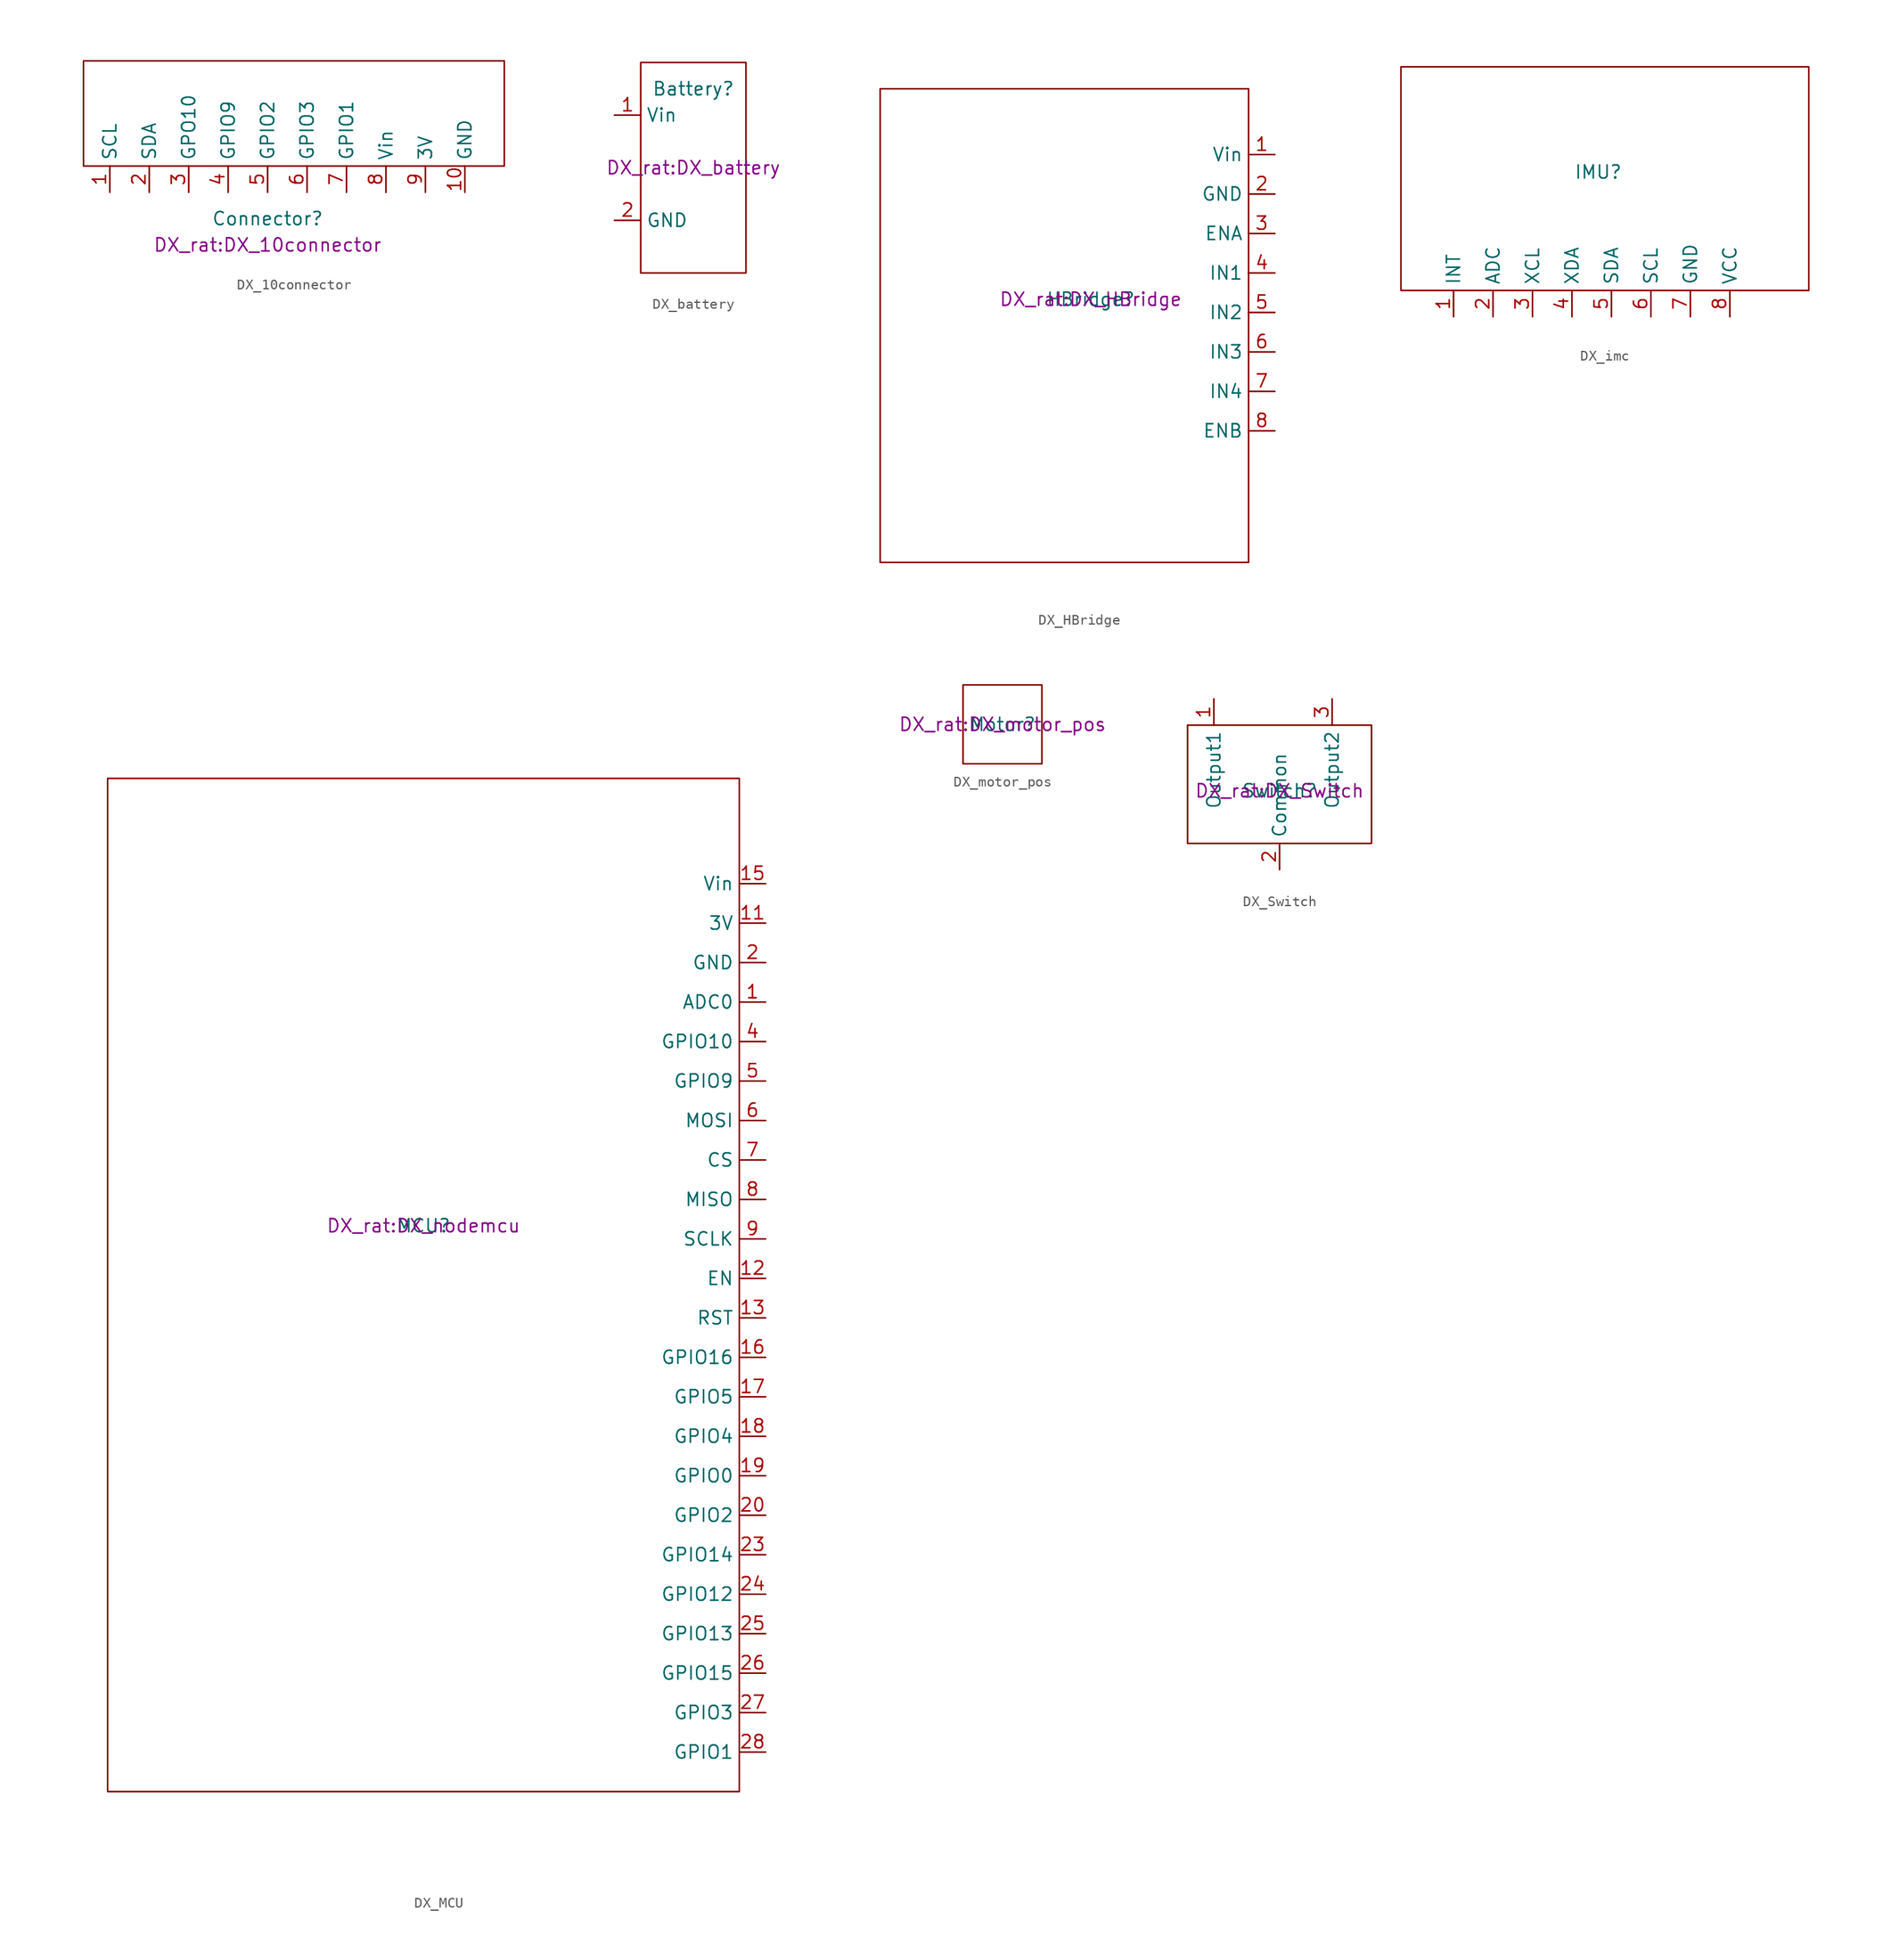
<source format=kicad_sym>
(kicad_symbol_lib
  (version 20220914)
  (generator kicad_symbol_editor)
  (symbol "DX_10connector"
    (property "Reference" "Connector"
      (at 0 0 0)
      (effects (font (size 1.27 1.27))))
    (property "Value" ""
      (at 0 0 0)
      (effects (font (size 1.27 1.27))))
    (property "Footprint" "DX_rat:DX_10connector"
      (at 0 -2.54 0)
      (effects (font (size 1.27 1.27))))
    (symbol "DX_10connector_0_1"
      (rectangle (start -17.78 15.24) (end 22.86 5.08) (stroke (width 0) (type default)) (fill (type none))))
    (symbol "DX_10connector_1_1"
      (pin bidirectional line (at -15.24 2.54 90) (length 2.54) (name "SCL" (effects (font (size 1.27 1.27)))) (number "1" (effects (font (size 1.27 1.27)))))
      (pin bidirectional line (at 19.05 2.54 90) (length 2.54) (name "GND" (effects (font (size 1.27 1.27)))) (number "10" (effects (font (size 1.27 1.27)))))
      (pin bidirectional line (at -11.43 2.54 90) (length 2.54) (name "SDA" (effects (font (size 1.27 1.27)))) (number "2" (effects (font (size 1.27 1.27)))))
      (pin bidirectional line (at -7.62 2.54 90) (length 2.54) (name "GPO10" (effects (font (size 1.27 1.27)))) (number "3" (effects (font (size 1.27 1.27)))))
      (pin bidirectional line (at -3.81 2.54 90) (length 2.54) (name "GPIO9" (effects (font (size 1.27 1.27)))) (number "4" (effects (font (size 1.27 1.27)))))
      (pin bidirectional line (at 0 2.54 90) (length 2.54) (name "GPIO2" (effects (font (size 1.27 1.27)))) (number "5" (effects (font (size 1.27 1.27)))))
      (pin bidirectional line (at 3.81 2.54 90) (length 2.54) (name "GPIO3" (effects (font (size 1.27 1.27)))) (number "6" (effects (font (size 1.27 1.27)))))
      (pin bidirectional line (at 7.62 2.54 90) (length 2.54) (name "GPIO1" (effects (font (size 1.27 1.27)))) (number "7" (effects (font (size 1.27 1.27)))))
      (pin bidirectional line (at 11.43 2.54 90) (length 2.54) (name "Vin" (effects (font (size 1.27 1.27)))) (number "8" (effects (font (size 1.27 1.27)))))
      (pin bidirectional line (at 15.24 2.54 90) (length 2.54) (name "3V" (effects (font (size 1.27 1.27)))) (number "9" (effects (font (size 1.27 1.27)))))))
  (symbol "DX_battery"
    (property "Reference" "Battery"
      (at 0 7.62 0)
      (effects (font (size 1.27 1.27))))
    (property "Value" ""
      (at 0 0 0)
      (effects (font (size 1.27 1.27))))
    (property "Footprint" "DX_rat:DX_battery"
      (at 0 0 0)
      (effects (font (size 1.27 1.27))))
    (symbol "DX_battery_0_1"
      (rectangle (start -5.08 10.16) (end 5.08 -10.16) (stroke (width 0) (type default)) (fill (type none))))
    (symbol "DX_battery_1_1"
      (pin output line (at -7.62 5.08 0) (length 2.54) (name "Vin" (effects (font (size 1.27 1.27)))) (number "1" (effects (font (size 1.27 1.27)))))
      (pin output line (at -7.62 -5.08 0) (length 2.54) (name "GND" (effects (font (size 1.27 1.27)))) (number "2" (effects (font (size 1.27 1.27)))))))
  (symbol "DX_HBridge"
    (property "Reference" "HBridge"
      (at 0 0 0)
      (effects (font (size 1.27 1.27))))
    (property "Value" ""
      (at 0 0 0)
      (effects (font (size 1.27 1.27))))
    (property "Footprint" "DX_rat:DX_HBridge"
      (at 0 0 0)
      (effects (font (size 1.27 1.27))))
    (symbol "DX_HBridge_0_1"
      (rectangle (start -20.32 20.32) (end 15.24 -25.4) (stroke (width 0) (type default)) (fill (type none))))
    (symbol "DX_HBridge_1_1"
      (pin input line (at 17.78 13.97 180) (length 2.54) (name "Vin" (effects (font (size 1.27 1.27)))) (number "1" (effects (font (size 1.27 1.27)))))
      (pin input line (at 17.78 10.16 180) (length 2.54) (name "GND" (effects (font (size 1.27 1.27)))) (number "2" (effects (font (size 1.27 1.27)))))
      (pin input line (at 17.78 6.35 180) (length 2.54) (name "ENA" (effects (font (size 1.27 1.27)))) (number "3" (effects (font (size 1.27 1.27)))))
      (pin input line (at 17.78 2.54 180) (length 2.54) (name "IN1" (effects (font (size 1.27 1.27)))) (number "4" (effects (font (size 1.27 1.27)))))
      (pin input line (at 17.78 -1.27 180) (length 2.54) (name "IN2" (effects (font (size 1.27 1.27)))) (number "5" (effects (font (size 1.27 1.27)))))
      (pin input line (at 17.78 -5.08 180) (length 2.54) (name "IN3" (effects (font (size 1.27 1.27)))) (number "6" (effects (font (size 1.27 1.27)))))
      (pin input line (at 17.78 -8.89 180) (length 2.54) (name "IN4" (effects (font (size 1.27 1.27)))) (number "7" (effects (font (size 1.27 1.27)))))
      (pin input line (at 17.78 -12.7 180) (length 2.54) (name "ENB" (effects (font (size 1.27 1.27)))) (number "8" (effects (font (size 1.27 1.27)))))))
  (symbol "DX_imc"
    (property "Reference" "IMU"
      (at 0 0 0)
      (effects (font (size 1.27 1.27))))
    (property "Value" ""
      (at 0 0 0)
      (effects (font (size 1.27 1.27))))
    (symbol "DX_imc_0_1"
      (rectangle (start -19.05 10.16) (end 20.32 -11.43) (stroke (width 0) (type default)) (fill (type none))))
    (symbol "DX_imc_1_1"
      (pin bidirectional line (at -13.97 -13.97 90) (length 2.54) (name "INT" (effects (font (size 1.27 1.27)))) (number "1" (effects (font (size 1.27 1.27)))))
      (pin bidirectional line (at -10.16 -13.97 90) (length 2.54) (name "ADC" (effects (font (size 1.27 1.27)))) (number "2" (effects (font (size 1.27 1.27)))))
      (pin bidirectional line (at -6.35 -13.97 90) (length 2.54) (name "XCL" (effects (font (size 1.27 1.27)))) (number "3" (effects (font (size 1.27 1.27)))))
      (pin bidirectional line (at -2.54 -13.97 90) (length 2.54) (name "XDA" (effects (font (size 1.27 1.27)))) (number "4" (effects (font (size 1.27 1.27)))))
      (pin bidirectional line (at 1.27 -13.97 90) (length 2.54) (name "SDA" (effects (font (size 1.27 1.27)))) (number "5" (effects (font (size 1.27 1.27)))))
      (pin bidirectional line (at 5.08 -13.97 90) (length 2.54) (name "SCL" (effects (font (size 1.27 1.27)))) (number "6" (effects (font (size 1.27 1.27)))))
      (pin bidirectional line (at 8.89 -13.97 90) (length 2.54) (name "GND" (effects (font (size 1.27 1.27)))) (number "7" (effects (font (size 1.27 1.27)))))
      (pin bidirectional line (at 12.7 -13.97 90) (length 2.54) (name "VCC" (effects (font (size 1.27 1.27)))) (number "8" (effects (font (size 1.27 1.27)))))))
  (symbol "DX_MCU"
    (property "Reference" "MCU"
      (at 0 0 0)
      (effects (font (size 1.27 1.27))))
    (property "Value" ""
      (at 0 0 0)
      (effects (font (size 1.27 1.27))))
    (property "Footprint" "DX_rat:DX_nodemcu"
      (at 0 0 0)
      (effects (font (size 1.27 1.27))))
    (symbol "DX_MCU_0_1"
      (rectangle (start -30.48 43.18) (end 30.48 -54.61) (stroke (width 0) (type default)) (fill (type none))))
    (symbol "DX_MCU_1_1"
      (pin bidirectional line (at 33.02 21.59 180) (length 2.54) (name "ADC0" (effects (font (size 1.27 1.27)))) (number "1" (effects (font (size 1.27 1.27)))))
      (pin passive line (at 33.02 25.4 180) (length 2.54) hide (name "GND" (effects (font (size 1.27 1.27)))) (number "10" (effects (font (size 1.27 1.27)))))
      (pin bidirectional line (at 33.02 29.21 180) (length 2.54) (name "3V" (effects (font (size 1.27 1.27)))) (number "11" (effects (font (size 1.27 1.27)))))
      (pin bidirectional line (at 33.02 -5.08 180) (length 2.54) (name "EN" (effects (font (size 1.27 1.27)))) (number "12" (effects (font (size 1.27 1.27)))))
      (pin bidirectional line (at 33.02 -8.89 180) (length 2.54) (name "RST" (effects (font (size 1.27 1.27)))) (number "13" (effects (font (size 1.27 1.27)))))
      (pin passive line (at 33.02 25.4 180) (length 2.54) hide (name "GND" (effects (font (size 1.27 1.27)))) (number "14" (effects (font (size 1.27 1.27)))))
      (pin bidirectional line (at 33.02 33.02 180) (length 2.54) (name "Vin" (effects (font (size 1.27 1.27)))) (number "15" (effects (font (size 1.27 1.27)))))
      (pin bidirectional line (at 33.02 -12.7 180) (length 2.54) (name "GPIO16" (effects (font (size 1.27 1.27)))) (number "16" (effects (font (size 1.27 1.27)))))
      (pin bidirectional line (at 33.02 -16.51 180) (length 2.54) (name "GPIO5" (effects (font (size 1.27 1.27)))) (number "17" (effects (font (size 1.27 1.27)))))
      (pin bidirectional line (at 33.02 -20.32 180) (length 2.54) (name "GPIO4" (effects (font (size 1.27 1.27)))) (number "18" (effects (font (size 1.27 1.27)))))
      (pin bidirectional line (at 33.02 -24.13 180) (length 2.54) (name "GPIO0" (effects (font (size 1.27 1.27)))) (number "19" (effects (font (size 1.27 1.27)))))
      (pin bidirectional line (at 33.02 25.4 180) (length 2.54) (name "GND" (effects (font (size 1.27 1.27)))) (number "2" (effects (font (size 1.27 1.27)))))
      (pin bidirectional line (at 33.02 -27.94 180) (length 2.54) (name "GPIO2" (effects (font (size 1.27 1.27)))) (number "20" (effects (font (size 1.27 1.27)))))
      (pin passive line (at 33.02 29.21 180) (length 2.54) hide (name "3V" (effects (font (size 1.27 1.27)))) (number "21" (effects (font (size 1.27 1.27)))))
      (pin passive line (at 33.02 25.4 180) (length 2.54) hide (name "GND" (effects (font (size 1.27 1.27)))) (number "22" (effects (font (size 1.27 1.27)))))
      (pin bidirectional line (at 33.02 -31.75 180) (length 2.54) (name "GPIO14" (effects (font (size 1.27 1.27)))) (number "23" (effects (font (size 1.27 1.27)))))
      (pin bidirectional line (at 33.02 -35.56 180) (length 2.54) (name "GPIO12" (effects (font (size 1.27 1.27)))) (number "24" (effects (font (size 1.27 1.27)))))
      (pin bidirectional line (at 33.02 -39.37 180) (length 2.54) (name "GPIO13" (effects (font (size 1.27 1.27)))) (number "25" (effects (font (size 1.27 1.27)))))
      (pin bidirectional line (at 33.02 -43.18 180) (length 2.54) (name "GPIO15" (effects (font (size 1.27 1.27)))) (number "26" (effects (font (size 1.27 1.27)))))
      (pin bidirectional line (at 33.02 -46.99 180) (length 2.54) (name "GPIO3" (effects (font (size 1.27 1.27)))) (number "27" (effects (font (size 1.27 1.27)))))
      (pin bidirectional line (at 33.02 -50.8 180) (length 2.54) (name "GPIO1" (effects (font (size 1.27 1.27)))) (number "28" (effects (font (size 1.27 1.27)))))
      (pin passive line (at 33.02 25.4 180) (length 2.54) hide (name "GND" (effects (font (size 1.27 1.27)))) (number "29" (effects (font (size 1.27 1.27)))))
      (pin passive line (at 33.02 29.21 180) (length 2.54) hide (name "3V" (effects (font (size 1.27 1.27)))) (number "30" (effects (font (size 1.27 1.27)))))
      (pin bidirectional line (at 33.02 17.78 180) (length 2.54) (name "GPIO10" (effects (font (size 1.27 1.27)))) (number "4" (effects (font (size 1.27 1.27)))))
      (pin bidirectional line (at 33.02 13.97 180) (length 2.54) (name "GPIO9" (effects (font (size 1.27 1.27)))) (number "5" (effects (font (size 1.27 1.27)))))
      (pin bidirectional line (at 33.02 10.16 180) (length 2.54) (name "MOSI" (effects (font (size 1.27 1.27)))) (number "6" (effects (font (size 1.27 1.27)))))
      (pin bidirectional line (at 33.02 6.35 180) (length 2.54) (name "CS" (effects (font (size 1.27 1.27)))) (number "7" (effects (font (size 1.27 1.27)))))
      (pin bidirectional line (at 33.02 2.54 180) (length 2.54) (name "MISO" (effects (font (size 1.27 1.27)))) (number "8" (effects (font (size 1.27 1.27)))))
      (pin bidirectional line (at 33.02 -1.27 180) (length 2.54) (name "SCLK" (effects (font (size 1.27 1.27)))) (number "9" (effects (font (size 1.27 1.27)))))))
  (symbol "DX_motor_pos"
    (property "Reference" "Motor"
      (at 0 0 0)
      (effects (font (size 1.27 1.27))))
    (property "Value" ""
      (at 0 0 0)
      (effects (font (size 1.27 1.27))))
    (property "Footprint" "DX_rat:DX_motor_pos"
      (at 0 0 0)
      (effects (font (size 1.27 1.27))))
    (symbol "DX_motor_pos_0_1"
      (rectangle (start -3.81 3.81) (end 3.81 -3.81) (stroke (width 0) (type default)) (fill (type none)))))
  (symbol "DX_Switch"
    (property "Reference" "Switch"
      (at 0 0 0)
      (effects (font (size 1.27 1.27))))
    (property "Value" ""
      (at 0 0 0)
      (effects (font (size 1.27 1.27))))
    (property "Footprint" "DX_rat:DX_Switch"
      (at 0 0 0)
      (effects (font (size 1.27 1.27))))
    (symbol "DX_Switch_0_1"
      (rectangle (start -8.89 6.35) (end 8.89 -5.08) (stroke (width 0) (type default)) (fill (type none))))
    (symbol "DX_Switch_1_1"
      (pin bidirectional line (at -6.35 8.89 270) (length 2.54) (name "Output1" (effects (font (size 1.27 1.27)))) (number "1" (effects (font (size 1.27 1.27)))))
      (pin bidirectional line (at 0 -7.62 90) (length 2.54) (name "Common" (effects (font (size 1.27 1.27)))) (number "2" (effects (font (size 1.27 1.27)))))
      (pin bidirectional line (at 5.08 8.89 270) (length 2.54) (name "Output2" (effects (font (size 1.27 1.27)))) (number "3" (effects (font (size 1.27 1.27))))))))
</source>
